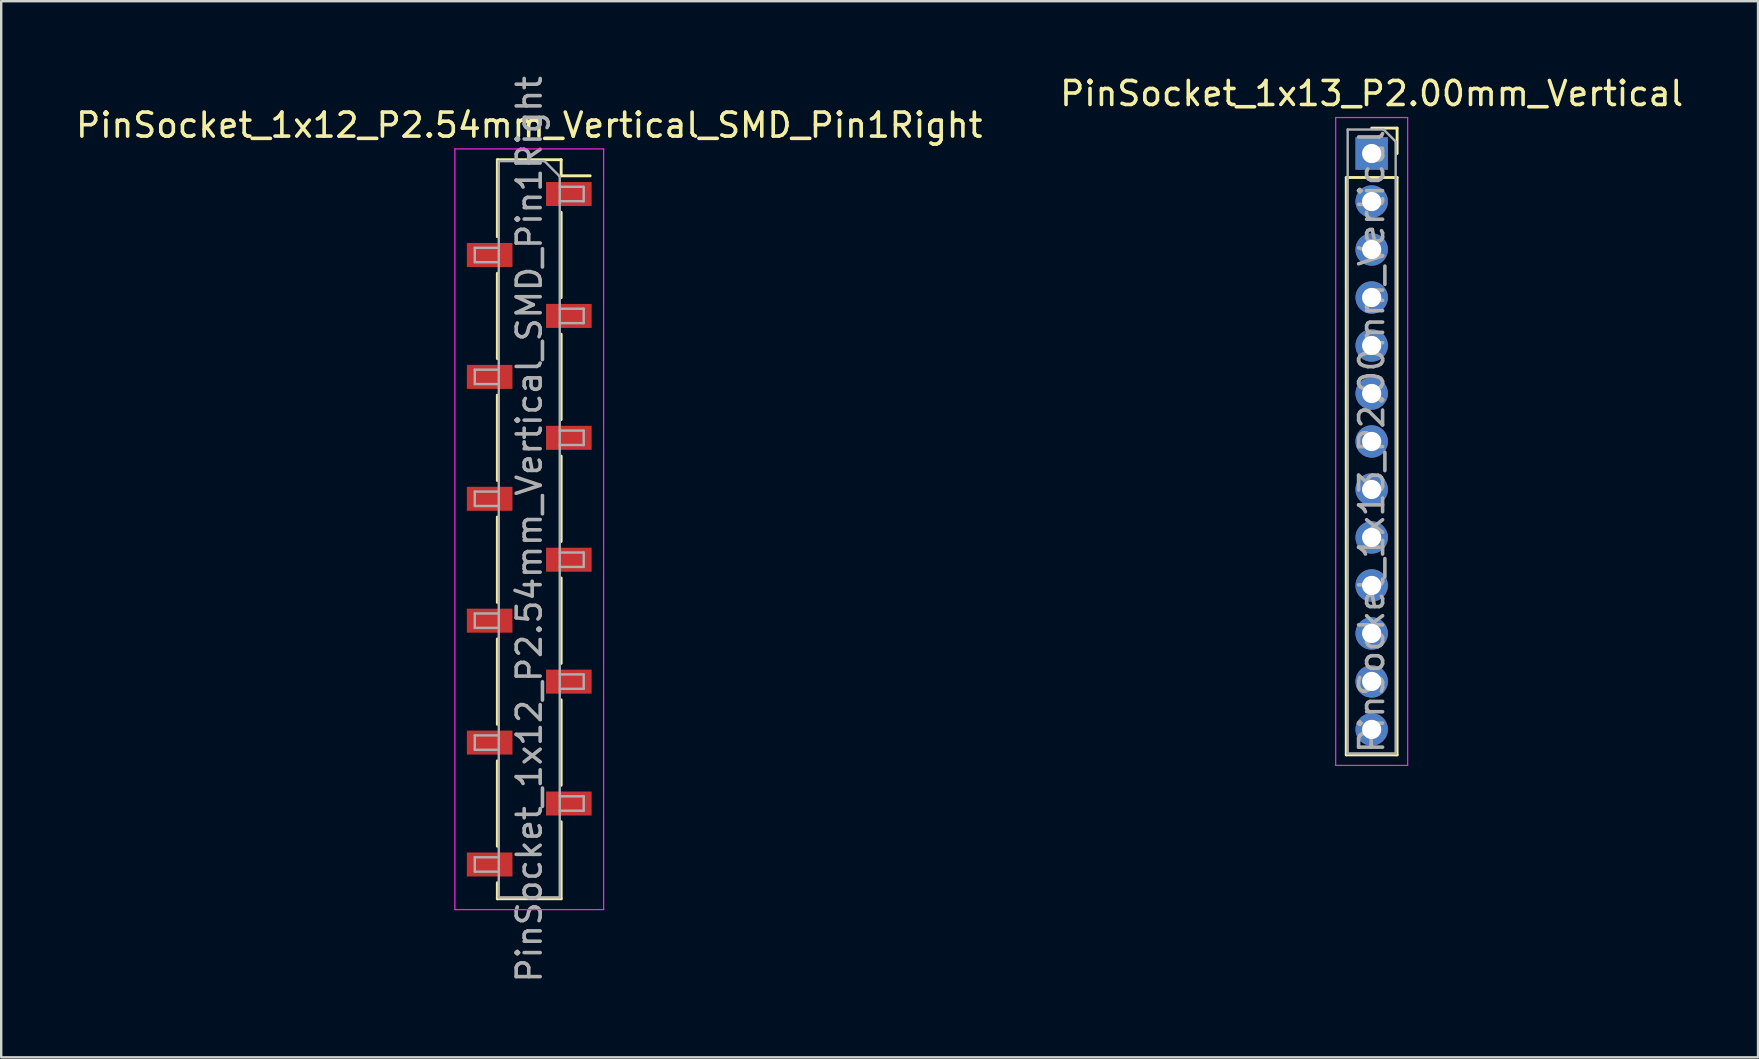
<source format=kicad_pcb>
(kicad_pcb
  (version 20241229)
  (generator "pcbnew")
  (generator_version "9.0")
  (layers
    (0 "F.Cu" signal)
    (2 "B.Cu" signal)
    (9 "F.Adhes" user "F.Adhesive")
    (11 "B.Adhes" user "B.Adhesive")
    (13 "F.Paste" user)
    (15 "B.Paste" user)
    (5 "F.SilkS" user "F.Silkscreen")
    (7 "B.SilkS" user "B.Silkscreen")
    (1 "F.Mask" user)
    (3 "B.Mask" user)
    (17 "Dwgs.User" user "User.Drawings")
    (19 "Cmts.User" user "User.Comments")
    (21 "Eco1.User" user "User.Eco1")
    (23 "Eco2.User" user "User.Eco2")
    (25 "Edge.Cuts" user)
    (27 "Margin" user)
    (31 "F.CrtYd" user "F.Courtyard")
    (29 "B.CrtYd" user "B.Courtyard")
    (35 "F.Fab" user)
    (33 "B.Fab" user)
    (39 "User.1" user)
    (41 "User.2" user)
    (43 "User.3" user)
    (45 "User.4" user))
  (footprint "PinSocket_1x13_P2.00mm_Vertical"
    (layer "F.Cu")
    (at 54.113 3.348)
    (property "Reference" "PinSocket_1x13_P2.00mm_Vertical" (at 0 -2.5 0) (layer "F.SilkS") (effects (font (size 1 1) (thickness 0.15))))
    (attr through_hole)
    (fp_line (start -1.06 1) (end -1.06 25.06) (stroke (width 0.12) (type solid)) (layer "F.SilkS"))
    (fp_line (start -1.06 1) (end 1.06 1) (stroke (width 0.12) (type solid)) (layer "F.SilkS"))
    (fp_line (start -1.06 25.06) (end 1.06 25.06) (stroke (width 0.12) (type solid)) (layer "F.SilkS"))
    (fp_line (start 0 -1.06) (end 1.06 -1.06) (stroke (width 0.12) (type solid)) (layer "F.SilkS"))
    (fp_line (start 1.06 -1.06) (end 1.06 0) (stroke (width 0.12) (type solid)) (layer "F.SilkS"))
    (fp_line (start 1.06 1) (end 1.06 25.06) (stroke (width 0.12) (type solid)) (layer "F.SilkS"))
    (fp_line (start -1.5 -1.5) (end 1.5 -1.5) (stroke (width 0.05) (type solid)) (layer "F.CrtYd"))
    (fp_line (start -1.5 25.5) (end -1.5 -1.5) (stroke (width 0.05) (type solid)) (layer "F.CrtYd"))
    (fp_line (start 1.5 -1.5) (end 1.5 25.5) (stroke (width 0.05) (type solid)) (layer "F.CrtYd"))
    (fp_line (start 1.5 25.5) (end -1.5 25.5) (stroke (width 0.05) (type solid)) (layer "F.CrtYd"))
    (fp_line (start -1 -1) (end 0.5 -1) (stroke (width 0.1) (type solid)) (layer "F.Fab"))
    (fp_line (start -1 25) (end -1 -1) (stroke (width 0.1) (type solid)) (layer "F.Fab"))
    (fp_line (start 0.5 -1) (end 1 -0.5) (stroke (width 0.1) (type solid)) (layer "F.Fab"))
    (fp_line (start 1 -0.5) (end 1 25) (stroke (width 0.1) (type solid)) (layer "F.Fab"))
    (fp_line (start 1 25) (end -1 25) (stroke (width 0.1) (type solid)) (layer "F.Fab"))
    (fp_text user "${REFERENCE}" (at 0 12 90) (layer "F.Fab") (effects (font (size 1 1) (thickness 0.15))))
    (pad "1" thru_hole rect (at 0 0) (size 1.35 1.35) (drill 0.8) (layers "*.Cu" "*.Mask"))
    (pad "2" thru_hole oval (at 0 2) (size 1.35 1.35) (drill 0.8) (layers "*.Cu" "*.Mask"))
    (pad "3" thru_hole oval (at 0 4) (size 1.35 1.35) (drill 0.8) (layers "*.Cu" "*.Mask"))
    (pad "4" thru_hole oval (at 0 6) (size 1.35 1.35) (drill 0.8) (layers "*.Cu" "*.Mask"))
    (pad "5" thru_hole oval (at 0 8) (size 1.35 1.35) (drill 0.8) (layers "*.Cu" "*.Mask"))
    (pad "6" thru_hole oval (at 0 10) (size 1.35 1.35) (drill 0.8) (layers "*.Cu" "*.Mask"))
    (pad "7" thru_hole oval (at 0 12) (size 1.35 1.35) (drill 0.8) (layers "*.Cu" "*.Mask"))
    (pad "8" thru_hole oval (at 0 14) (size 1.35 1.35) (drill 0.8) (layers "*.Cu" "*.Mask"))
    (pad "9" thru_hole oval (at 0 16) (size 1.35 1.35) (drill 0.8) (layers "*.Cu" "*.Mask"))
    (pad "10" thru_hole oval (at 0 18) (size 1.35 1.35) (drill 0.8) (layers "*.Cu" "*.Mask"))
    (pad "11" thru_hole oval (at 0 20) (size 1.35 1.35) (drill 0.8) (layers "*.Cu" "*.Mask"))
    (pad "12" thru_hole oval (at 0 22) (size 1.35 1.35) (drill 0.8) (layers "*.Cu" "*.Mask"))
    (pad "13" thru_hole oval (at 0 24) (size 1.35 1.35) (drill 0.8) (layers "*.Cu" "*.Mask")))
  (footprint "PinSocket_1x12_P2.54mm_Vertical_SMD_Pin1Right"
    (layer "F.Cu")
    (at 19.006 19.006)
    (property "Reference" "PinSocket_1x12_P2.54mm_Vertical_SMD_Pin1Right" (at 0 -16.84 0) (layer "F.SilkS") (effects (font (size 1 1) (thickness 0.15))))
    (attr smd)
    (fp_line (start -1.33 -15.4) (end -1.33 -12.19) (stroke (width 0.12) (type solid)) (layer "F.SilkS"))
    (fp_line (start -1.33 -15.4) (end 1.33 -15.4) (stroke (width 0.12) (type solid)) (layer "F.SilkS"))
    (fp_line (start -1.33 -10.67) (end -1.33 -7.11) (stroke (width 0.12) (type solid)) (layer "F.SilkS"))
    (fp_line (start -1.33 -5.59) (end -1.33 -2.03) (stroke (width 0.12) (type solid)) (layer "F.SilkS"))
    (fp_line (start -1.33 -0.51) (end -1.33 3.05) (stroke (width 0.12) (type solid)) (layer "F.SilkS"))
    (fp_line (start -1.33 4.57) (end -1.33 8.13) (stroke (width 0.12) (type solid)) (layer "F.SilkS"))
    (fp_line (start -1.33 9.65) (end -1.33 13.21) (stroke (width 0.12) (type solid)) (layer "F.SilkS"))
    (fp_line (start -1.33 14.73) (end -1.33 15.4) (stroke (width 0.12) (type solid)) (layer "F.SilkS"))
    (fp_line (start -1.33 15.4) (end 1.33 15.4) (stroke (width 0.12) (type solid)) (layer "F.SilkS"))
    (fp_line (start 1.33 -15.4) (end 1.33 -14.73) (stroke (width 0.12) (type solid)) (layer "F.SilkS"))
    (fp_line (start 1.33 -14.73) (end 2.54 -14.73) (stroke (width 0.12) (type solid)) (layer "F.SilkS"))
    (fp_line (start 1.33 -13.21) (end 1.33 -9.65) (stroke (width 0.12) (type solid)) (layer "F.SilkS"))
    (fp_line (start 1.33 -8.13) (end 1.33 -4.57) (stroke (width 0.12) (type solid)) (layer "F.SilkS"))
    (fp_line (start 1.33 -3.05) (end 1.33 0.51) (stroke (width 0.12) (type solid)) (layer "F.SilkS"))
    (fp_line (start 1.33 2.03) (end 1.33 5.59) (stroke (width 0.12) (type solid)) (layer "F.SilkS"))
    (fp_line (start 1.33 7.11) (end 1.33 10.67) (stroke (width 0.12) (type solid)) (layer "F.SilkS"))
    (fp_line (start 1.33 12.19) (end 1.33 15.4) (stroke (width 0.12) (type solid)) (layer "F.SilkS"))
    (fp_line (start -3.1 -15.85) (end 3.1 -15.85) (stroke (width 0.05) (type solid)) (layer "F.CrtYd"))
    (fp_line (start -3.1 15.85) (end -3.1 -15.85) (stroke (width 0.05) (type solid)) (layer "F.CrtYd"))
    (fp_line (start 3.1 -15.85) (end 3.1 15.85) (stroke (width 0.05) (type solid)) (layer "F.CrtYd"))
    (fp_line (start 3.1 15.85) (end -3.1 15.85) (stroke (width 0.05) (type solid)) (layer "F.CrtYd"))
    (fp_line (start -2.27 -11.73) (end -1.27 -11.73) (stroke (width 0.1) (type solid)) (layer "F.Fab"))
    (fp_line (start -2.27 -11.13) (end -2.27 -11.73) (stroke (width 0.1) (type solid)) (layer "F.Fab"))
    (fp_line (start -2.27 -6.65) (end -1.27 -6.65) (stroke (width 0.1) (type solid)) (layer "F.Fab"))
    (fp_line (start -2.27 -6.05) (end -2.27 -6.65) (stroke (width 0.1) (type solid)) (layer "F.Fab"))
    (fp_line (start -2.27 -1.57) (end -1.27 -1.57) (stroke (width 0.1) (type solid)) (layer "F.Fab"))
    (fp_line (start -2.27 -0.97) (end -2.27 -1.57) (stroke (width 0.1) (type solid)) (layer "F.Fab"))
    (fp_line (start -2.27 3.51) (end -1.27 3.51) (stroke (width 0.1) (type solid)) (layer "F.Fab"))
    (fp_line (start -2.27 4.11) (end -2.27 3.51) (stroke (width 0.1) (type solid)) (layer "F.Fab"))
    (fp_line (start -2.27 8.59) (end -1.27 8.59) (stroke (width 0.1) (type solid)) (layer "F.Fab"))
    (fp_line (start -2.27 9.19) (end -2.27 8.59) (stroke (width 0.1) (type solid)) (layer "F.Fab"))
    (fp_line (start -2.27 13.67) (end -1.27 13.67) (stroke (width 0.1) (type solid)) (layer "F.Fab"))
    (fp_line (start -2.27 14.27) (end -2.27 13.67) (stroke (width 0.1) (type solid)) (layer "F.Fab"))
    (fp_line (start -1.27 -15.34) (end 0.635 -15.34) (stroke (width 0.1) (type solid)) (layer "F.Fab"))
    (fp_line (start -1.27 -11.13) (end -2.27 -11.13) (stroke (width 0.1) (type solid)) (layer "F.Fab"))
    (fp_line (start -1.27 -6.05) (end -2.27 -6.05) (stroke (width 0.1) (type solid)) (layer "F.Fab"))
    (fp_line (start -1.27 -0.97) (end -2.27 -0.97) (stroke (width 0.1) (type solid)) (layer "F.Fab"))
    (fp_line (start -1.27 4.11) (end -2.27 4.11) (stroke (width 0.1) (type solid)) (layer "F.Fab"))
    (fp_line (start -1.27 9.19) (end -2.27 9.19) (stroke (width 0.1) (type solid)) (layer "F.Fab"))
    (fp_line (start -1.27 14.27) (end -2.27 14.27) (stroke (width 0.1) (type solid)) (layer "F.Fab"))
    (fp_line (start -1.27 15.34) (end -1.27 -15.34) (stroke (width 0.1) (type solid)) (layer "F.Fab"))
    (fp_line (start 0.635 -15.34) (end 1.27 -14.705) (stroke (width 0.1) (type solid)) (layer "F.Fab"))
    (fp_line (start 1.27 -14.705) (end 1.27 15.34) (stroke (width 0.1) (type solid)) (layer "F.Fab"))
    (fp_line (start 1.27 -14.27) (end 2.27 -14.27) (stroke (width 0.1) (type solid)) (layer "F.Fab"))
    (fp_line (start 1.27 -9.19) (end 2.27 -9.19) (stroke (width 0.1) (type solid)) (layer "F.Fab"))
    (fp_line (start 1.27 -4.11) (end 2.27 -4.11) (stroke (width 0.1) (type solid)) (layer "F.Fab"))
    (fp_line (start 1.27 0.97) (end 2.27 0.97) (stroke (width 0.1) (type solid)) (layer "F.Fab"))
    (fp_line (start 1.27 6.05) (end 2.27 6.05) (stroke (width 0.1) (type solid)) (layer "F.Fab"))
    (fp_line (start 1.27 11.13) (end 2.27 11.13) (stroke (width 0.1) (type solid)) (layer "F.Fab"))
    (fp_line (start 1.27 15.34) (end -1.27 15.34) (stroke (width 0.1) (type solid)) (layer "F.Fab"))
    (fp_line (start 2.27 -14.27) (end 2.27 -13.67) (stroke (width 0.1) (type solid)) (layer "F.Fab"))
    (fp_line (start 2.27 -13.67) (end 1.27 -13.67) (stroke (width 0.1) (type solid)) (layer "F.Fab"))
    (fp_line (start 2.27 -9.19) (end 2.27 -8.59) (stroke (width 0.1) (type solid)) (layer "F.Fab"))
    (fp_line (start 2.27 -8.59) (end 1.27 -8.59) (stroke (width 0.1) (type solid)) (layer "F.Fab"))
    (fp_line (start 2.27 -4.11) (end 2.27 -3.51) (stroke (width 0.1) (type solid)) (layer "F.Fab"))
    (fp_line (start 2.27 -3.51) (end 1.27 -3.51) (stroke (width 0.1) (type solid)) (layer "F.Fab"))
    (fp_line (start 2.27 0.97) (end 2.27 1.57) (stroke (width 0.1) (type solid)) (layer "F.Fab"))
    (fp_line (start 2.27 1.57) (end 1.27 1.57) (stroke (width 0.1) (type solid)) (layer "F.Fab"))
    (fp_line (start 2.27 6.05) (end 2.27 6.65) (stroke (width 0.1) (type solid)) (layer "F.Fab"))
    (fp_line (start 2.27 6.65) (end 1.27 6.65) (stroke (width 0.1) (type solid)) (layer "F.Fab"))
    (fp_line (start 2.27 11.13) (end 2.27 11.73) (stroke (width 0.1) (type solid)) (layer "F.Fab"))
    (fp_line (start 2.27 11.73) (end 1.27 11.73) (stroke (width 0.1) (type solid)) (layer "F.Fab"))
    (fp_text user "${REFERENCE}" (at 0 0 90) (layer "F.Fab") (effects (font (size 1 1) (thickness 0.15))))
    (pad "1" smd rect (at 1.65 -13.97) (size 1.9 1) (layers "F.Cu" "F.Mask" "F.Paste"))
    (pad "2" smd rect (at -1.65 -11.43) (size 1.9 1) (layers "F.Cu" "F.Mask" "F.Paste"))
    (pad "3" smd rect (at 1.65 -8.89) (size 1.9 1) (layers "F.Cu" "F.Mask" "F.Paste"))
    (pad "4" smd rect (at -1.65 -6.35) (size 1.9 1) (layers "F.Cu" "F.Mask" "F.Paste"))
    (pad "5" smd rect (at 1.65 -3.81) (size 1.9 1) (layers "F.Cu" "F.Mask" "F.Paste"))
    (pad "6" smd rect (at -1.65 -1.27) (size 1.9 1) (layers "F.Cu" "F.Mask" "F.Paste"))
    (pad "7" smd rect (at 1.65 1.27) (size 1.9 1) (layers "F.Cu" "F.Mask" "F.Paste"))
    (pad "8" smd rect (at -1.65 3.81) (size 1.9 1) (layers "F.Cu" "F.Mask" "F.Paste"))
    (pad "9" smd rect (at 1.65 6.35) (size 1.9 1) (layers "F.Cu" "F.Mask" "F.Paste"))
    (pad "10" smd rect (at -1.65 8.89) (size 1.9 1) (layers "F.Cu" "F.Mask" "F.Paste"))
    (pad "11" smd rect (at 1.65 11.43) (size 1.9 1) (layers "F.Cu" "F.Mask" "F.Paste"))
    (pad "12" smd rect (at -1.65 13.97) (size 1.9 1) (layers "F.Cu" "F.Mask" "F.Paste")))
  (gr_rect
    (start -3 -3)
    (end 70.214 41.012)
    (stroke (width 0.1) (type default))
    (fill no)
    (layer "Edge.Cuts")))
</source>
